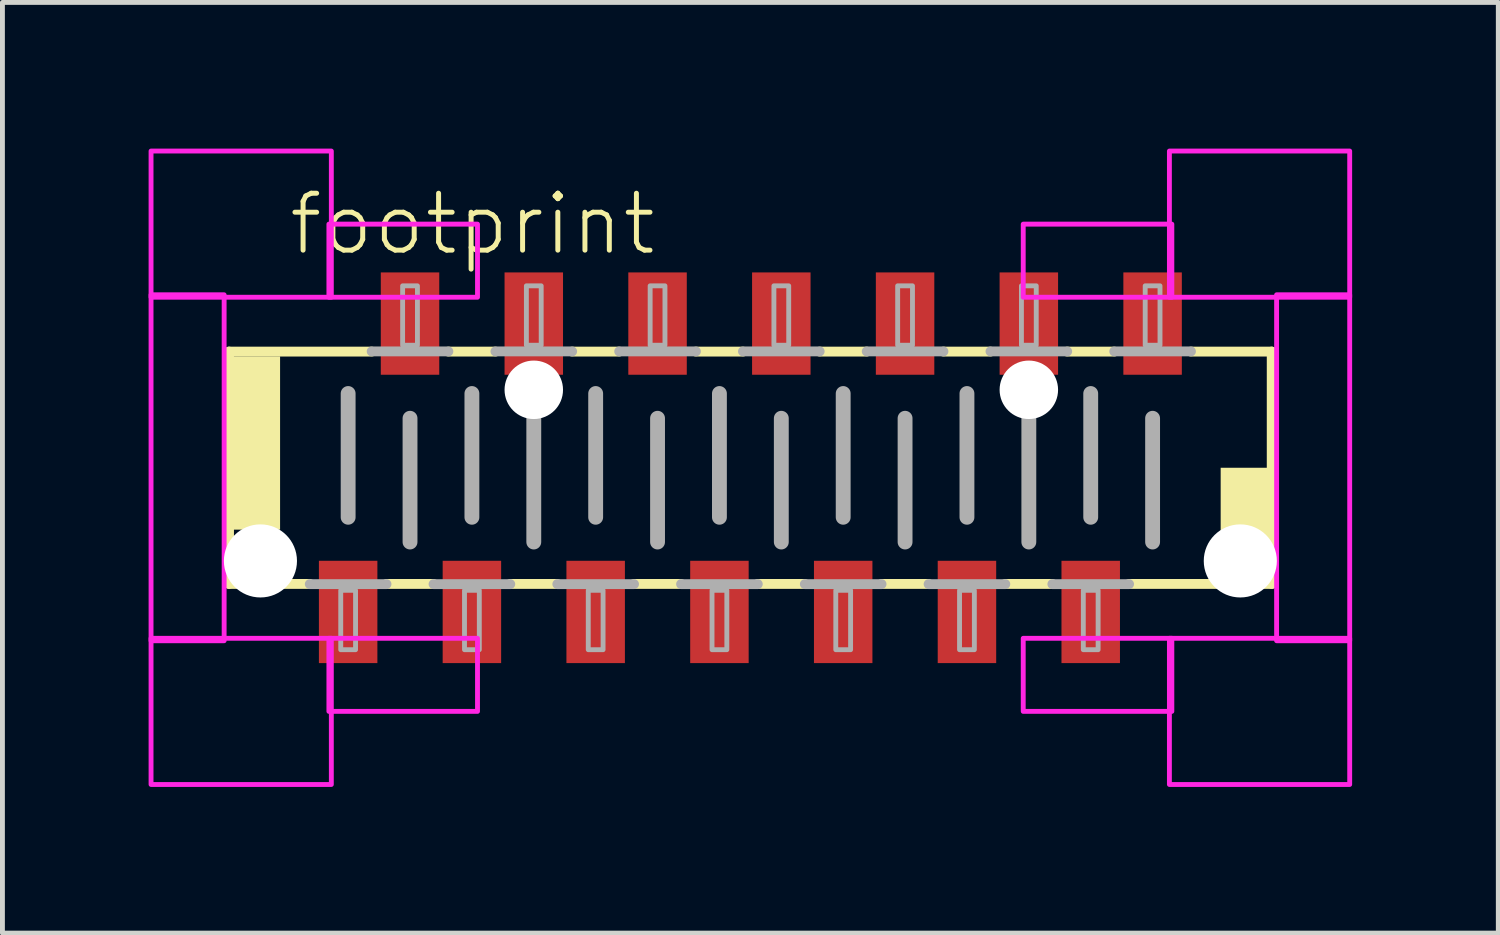
<source format=kicad_pcb>
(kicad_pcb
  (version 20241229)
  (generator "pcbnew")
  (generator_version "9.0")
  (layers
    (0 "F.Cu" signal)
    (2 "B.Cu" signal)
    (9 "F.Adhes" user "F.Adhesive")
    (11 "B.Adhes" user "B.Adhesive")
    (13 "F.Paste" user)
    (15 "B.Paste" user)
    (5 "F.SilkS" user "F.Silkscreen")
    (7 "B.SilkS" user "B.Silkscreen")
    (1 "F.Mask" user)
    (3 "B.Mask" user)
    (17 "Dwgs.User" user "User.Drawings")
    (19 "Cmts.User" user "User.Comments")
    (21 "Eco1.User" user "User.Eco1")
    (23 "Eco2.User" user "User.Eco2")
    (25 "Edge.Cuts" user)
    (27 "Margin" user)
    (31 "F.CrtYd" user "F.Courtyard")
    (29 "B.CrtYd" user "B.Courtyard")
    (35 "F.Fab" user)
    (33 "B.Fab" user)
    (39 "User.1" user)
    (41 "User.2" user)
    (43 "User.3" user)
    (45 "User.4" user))
  (footprint "footprint"
    (layer "F.Cu")
    (at 12.35 6.55)
    (property "Reference" "footprint" (at -9.525 -4.318 0) (layer "F.SilkS") (effects (font (size 1.168 1.168) (thickness 0.102)) (justify left bottom)))
    (fp_line (start -10.7 -2.384) (end -7.772 -2.384) (stroke (width 0.203) (type solid)) (layer "F.SilkS"))
    (fp_line (start -10.7 2.384) (end -10.7 -2.384) (stroke (width 0.203) (type solid)) (layer "F.SilkS"))
    (fp_line (start -9.042 2.384) (end -10.7 2.384) (stroke (width 0.203) (type solid)) (layer "F.SilkS"))
    (fp_line (start -6.502 2.384) (end -7.468 2.384) (stroke (width 0.203) (type solid)) (layer "F.SilkS"))
    (fp_line (start -6.198 -2.384) (end -5.232 -2.384) (stroke (width 0.203) (type solid)) (layer "F.SilkS"))
    (fp_line (start -3.962 2.384) (end -4.928 2.384) (stroke (width 0.203) (type solid)) (layer "F.SilkS"))
    (fp_line (start -3.658 -2.384) (end -2.692 -2.384) (stroke (width 0.203) (type solid)) (layer "F.SilkS"))
    (fp_line (start -1.422 2.384) (end -2.388 2.384) (stroke (width 0.203) (type solid)) (layer "F.SilkS"))
    (fp_line (start -1.118 -2.384) (end -0.152 -2.384) (stroke (width 0.203) (type solid)) (layer "F.SilkS"))
    (fp_line (start 1.118 2.384) (end 0.152 2.384) (stroke (width 0.203) (type solid)) (layer "F.SilkS"))
    (fp_line (start 1.422 -2.384) (end 2.388 -2.384) (stroke (width 0.203) (type solid)) (layer "F.SilkS"))
    (fp_line (start 3.658 2.384) (end 2.692 2.384) (stroke (width 0.203) (type solid)) (layer "F.SilkS"))
    (fp_line (start 3.962 -2.384) (end 4.928 -2.384) (stroke (width 0.203) (type solid)) (layer "F.SilkS"))
    (fp_line (start 6.198 2.384) (end 5.232 2.384) (stroke (width 0.203) (type solid)) (layer "F.SilkS"))
    (fp_line (start 6.502 -2.384) (end 7.468 -2.384) (stroke (width 0.203) (type solid)) (layer "F.SilkS"))
    (fp_line (start 9.042 -2.384) (end 10.7 -2.384) (stroke (width 0.203) (type solid)) (layer "F.SilkS"))
    (fp_line (start 10.7 -2.384) (end 10.7 2.384) (stroke (width 0.203) (type solid)) (layer "F.SilkS"))
    (fp_line (start 10.7 2.384) (end 7.772 2.384) (stroke (width 0.203) (type solid)) (layer "F.SilkS"))
    (fp_poly (pts (xy -10.668 1.27) (xy -9.652 1.27) (xy -9.652 -2.286) (xy -10.668 -2.286)) (stroke (width 0) (type solid)) (fill yes) (layer "F.SilkS"))
    (fp_poly (pts (xy 9.652 2.286) (xy 10.668 2.286) (xy 10.668 0) (xy 9.652 0)) (stroke (width 0) (type solid)) (fill yes) (layer "F.SilkS"))
    (fp_poly (pts (xy -12.3 -3.5) (xy -8.6 -3.5) (xy -8.6 -6.5) (xy -12.3 -6.5)) (stroke (width 0.1) (type solid)) (fill no) (layer "F.CrtYd"))
    (fp_poly (pts (xy -12.3 3.55) (xy -10.8 3.55) (xy -10.8 -3.55) (xy -12.3 -3.55)) (stroke (width 0.1) (type solid)) (fill no) (layer "F.CrtYd"))
    (fp_poly (pts (xy -12.3 6.5) (xy -8.6 6.5) (xy -8.6 3.5) (xy -12.3 3.5)) (stroke (width 0.1) (type solid)) (fill no) (layer "F.CrtYd"))
    (fp_poly (pts (xy -8.65 -3.5) (xy -5.6 -3.5) (xy -5.6 -5) (xy -8.65 -5)) (stroke (width 0.1) (type solid)) (fill no) (layer "F.CrtYd"))
    (fp_poly (pts (xy -8.65 5) (xy -5.6 5) (xy -5.6 3.5) (xy -8.65 3.5)) (stroke (width 0.1) (type solid)) (fill no) (layer "F.CrtYd"))
    (fp_poly (pts (xy 5.6 -3.5) (xy 8.65 -3.5) (xy 8.65 -5) (xy 5.6 -5)) (stroke (width 0.1) (type solid)) (fill no) (layer "F.CrtYd"))
    (fp_poly (pts (xy 5.6 5) (xy 8.65 5) (xy 8.65 3.5) (xy 5.6 3.5)) (stroke (width 0.1) (type solid)) (fill no) (layer "F.CrtYd"))
    (fp_poly (pts (xy 8.6 -3.5) (xy 12.3 -3.5) (xy 12.3 -6.5) (xy 8.6 -6.5)) (stroke (width 0.1) (type solid)) (fill no) (layer "F.CrtYd"))
    (fp_poly (pts (xy 8.6 6.5) (xy 12.3 6.5) (xy 12.3 3.5) (xy 8.6 3.5)) (stroke (width 0.1) (type solid)) (fill no) (layer "F.CrtYd"))
    (fp_poly (pts (xy 10.8 3.55) (xy 12.3 3.55) (xy 12.3 -3.55) (xy 10.8 -3.55)) (stroke (width 0.1) (type solid)) (fill no) (layer "F.CrtYd"))
    (fp_line (start -8.255 -1.524) (end -8.255 1.016) (stroke (width 0.305) (type solid)) (layer "F.Fab"))
    (fp_line (start -7.772 -2.388) (end -6.198 -2.388) (stroke (width 0.203) (type solid)) (layer "F.Fab"))
    (fp_line (start -7.468 2.388) (end -9.042 2.388) (stroke (width 0.203) (type solid)) (layer "F.Fab"))
    (fp_line (start -6.985 -1.016) (end -6.985 1.524) (stroke (width 0.305) (type solid)) (layer "F.Fab"))
    (fp_line (start -5.715 -1.524) (end -5.715 1.016) (stroke (width 0.305) (type solid)) (layer "F.Fab"))
    (fp_line (start -5.232 -2.388) (end -3.658 -2.388) (stroke (width 0.203) (type solid)) (layer "F.Fab"))
    (fp_line (start -4.928 2.388) (end -6.502 2.388) (stroke (width 0.203) (type solid)) (layer "F.Fab"))
    (fp_line (start -4.445 -1.016) (end -4.445 1.524) (stroke (width 0.305) (type solid)) (layer "F.Fab"))
    (fp_line (start -3.175 -1.524) (end -3.175 1.016) (stroke (width 0.305) (type solid)) (layer "F.Fab"))
    (fp_line (start -2.692 -2.388) (end -1.118 -2.388) (stroke (width 0.203) (type solid)) (layer "F.Fab"))
    (fp_line (start -2.388 2.388) (end -3.962 2.388) (stroke (width 0.203) (type solid)) (layer "F.Fab"))
    (fp_line (start -1.905 -1.016) (end -1.905 1.524) (stroke (width 0.305) (type solid)) (layer "F.Fab"))
    (fp_line (start -0.635 -1.524) (end -0.635 1.016) (stroke (width 0.305) (type solid)) (layer "F.Fab"))
    (fp_line (start -0.152 -2.388) (end 1.422 -2.388) (stroke (width 0.203) (type solid)) (layer "F.Fab"))
    (fp_line (start 0.152 2.388) (end -1.422 2.388) (stroke (width 0.203) (type solid)) (layer "F.Fab"))
    (fp_line (start 0.635 -1.016) (end 0.635 1.524) (stroke (width 0.305) (type solid)) (layer "F.Fab"))
    (fp_line (start 1.905 -1.524) (end 1.905 1.016) (stroke (width 0.305) (type solid)) (layer "F.Fab"))
    (fp_line (start 2.388 -2.388) (end 3.962 -2.388) (stroke (width 0.203) (type solid)) (layer "F.Fab"))
    (fp_line (start 2.692 2.388) (end 1.118 2.388) (stroke (width 0.203) (type solid)) (layer "F.Fab"))
    (fp_line (start 3.175 -1.016) (end 3.175 1.524) (stroke (width 0.305) (type solid)) (layer "F.Fab"))
    (fp_line (start 4.445 -1.524) (end 4.445 1.016) (stroke (width 0.305) (type solid)) (layer "F.Fab"))
    (fp_line (start 4.928 -2.388) (end 6.502 -2.388) (stroke (width 0.203) (type solid)) (layer "F.Fab"))
    (fp_line (start 5.232 2.388) (end 3.658 2.388) (stroke (width 0.203) (type solid)) (layer "F.Fab"))
    (fp_line (start 5.715 -1.016) (end 5.715 1.524) (stroke (width 0.305) (type solid)) (layer "F.Fab"))
    (fp_line (start 6.985 -1.524) (end 6.985 1.016) (stroke (width 0.305) (type solid)) (layer "F.Fab"))
    (fp_line (start 7.468 -2.388) (end 9.042 -2.388) (stroke (width 0.203) (type solid)) (layer "F.Fab"))
    (fp_line (start 7.772 2.388) (end 6.198 2.388) (stroke (width 0.203) (type solid)) (layer "F.Fab"))
    (fp_line (start 8.255 -1.016) (end 8.255 1.524) (stroke (width 0.305) (type solid)) (layer "F.Fab"))
    (fp_poly (pts (xy -8.407 3.734) (xy -8.103 3.734) (xy -8.103 2.515) (xy -8.407 2.515)) (stroke (width 0.1) (type solid)) (fill no) (layer "F.Fab"))
    (fp_poly (pts (xy -7.137 -2.515) (xy -6.833 -2.515) (xy -6.833 -3.734) (xy -7.137 -3.734)) (stroke (width 0.1) (type solid)) (fill no) (layer "F.Fab"))
    (fp_poly (pts (xy -5.867 3.734) (xy -5.563 3.734) (xy -5.563 2.515) (xy -5.867 2.515)) (stroke (width 0.1) (type solid)) (fill no) (layer "F.Fab"))
    (fp_poly (pts (xy -4.597 -2.515) (xy -4.293 -2.515) (xy -4.293 -3.734) (xy -4.597 -3.734)) (stroke (width 0.1) (type solid)) (fill no) (layer "F.Fab"))
    (fp_poly (pts (xy -3.327 3.734) (xy -3.023 3.734) (xy -3.023 2.515) (xy -3.327 2.515)) (stroke (width 0.1) (type solid)) (fill no) (layer "F.Fab"))
    (fp_poly (pts (xy -2.057 -2.515) (xy -1.753 -2.515) (xy -1.753 -3.734) (xy -2.057 -3.734)) (stroke (width 0.1) (type solid)) (fill no) (layer "F.Fab"))
    (fp_poly (pts (xy -0.787 3.734) (xy -0.483 3.734) (xy -0.483 2.515) (xy -0.787 2.515)) (stroke (width 0.1) (type solid)) (fill no) (layer "F.Fab"))
    (fp_poly (pts (xy 0.483 -2.515) (xy 0.787 -2.515) (xy 0.787 -3.734) (xy 0.483 -3.734)) (stroke (width 0.1) (type solid)) (fill no) (layer "F.Fab"))
    (fp_poly (pts (xy 1.753 3.734) (xy 2.057 3.734) (xy 2.057 2.515) (xy 1.753 2.515)) (stroke (width 0.1) (type solid)) (fill no) (layer "F.Fab"))
    (fp_poly (pts (xy 3.023 -2.515) (xy 3.327 -2.515) (xy 3.327 -3.734) (xy 3.023 -3.734)) (stroke (width 0.1) (type solid)) (fill no) (layer "F.Fab"))
    (fp_poly (pts (xy 4.293 3.734) (xy 4.597 3.734) (xy 4.597 2.515) (xy 4.293 2.515)) (stroke (width 0.1) (type solid)) (fill no) (layer "F.Fab"))
    (fp_poly (pts (xy 5.563 -2.515) (xy 5.867 -2.515) (xy 5.867 -3.734) (xy 5.563 -3.734)) (stroke (width 0.1) (type solid)) (fill no) (layer "F.Fab"))
    (fp_poly (pts (xy 6.833 3.734) (xy 7.137 3.734) (xy 7.137 2.515) (xy 6.833 2.515)) (stroke (width 0.1) (type solid)) (fill no) (layer "F.Fab"))
    (fp_poly (pts (xy 8.103 -2.515) (xy 8.407 -2.515) (xy 8.407 -3.734) (xy 8.103 -3.734)) (stroke (width 0.1) (type solid)) (fill no) (layer "F.Fab"))
    (pad "" np_thru_hole circle (at -10.055 1.912) (size 1.5 1.5) (drill 1.5) (layers "*.Cu" "*.Mask"))
    (pad "" np_thru_hole circle (at -4.445 -1.6) (size 1.2 1.2) (drill 1.2) (layers "*.Cu" "*.Mask"))
    (pad "" np_thru_hole circle (at 5.715 -1.6) (size 1.2 1.2) (drill 1.2) (layers "*.Cu" "*.Mask"))
    (pad "" np_thru_hole circle (at 10.055 1.912) (size 1.5 1.5) (drill 1.5) (layers "*.Cu" "*.Mask"))
    (pad "1" smd rect (at -8.255 2.959) (size 1.2 2.1) (layers "F.Cu" "F.Mask" "F.Paste"))
    (pad "2" smd rect (at -6.985 -2.959) (size 1.2 2.1) (layers "F.Cu" "F.Mask" "F.Paste"))
    (pad "3" smd rect (at -5.715 2.959) (size 1.2 2.1) (layers "F.Cu" "F.Mask" "F.Paste"))
    (pad "4" smd rect (at -4.445 -2.959) (size 1.2 2.1) (layers "F.Cu" "F.Mask" "F.Paste"))
    (pad "5" smd rect (at -3.175 2.959) (size 1.2 2.1) (layers "F.Cu" "F.Mask" "F.Paste"))
    (pad "6" smd rect (at -1.905 -2.959) (size 1.2 2.1) (layers "F.Cu" "F.Mask" "F.Paste"))
    (pad "7" smd rect (at -0.635 2.959) (size 1.2 2.1) (layers "F.Cu" "F.Mask" "F.Paste"))
    (pad "8" smd rect (at 0.635 -2.959) (size 1.2 2.1) (layers "F.Cu" "F.Mask" "F.Paste"))
    (pad "9" smd rect (at 1.905 2.959) (size 1.2 2.1) (layers "F.Cu" "F.Mask" "F.Paste"))
    (pad "10" smd rect (at 3.175 -2.959) (size 1.2 2.1) (layers "F.Cu" "F.Mask" "F.Paste"))
    (pad "11" smd rect (at 4.445 2.959) (size 1.2 2.1) (layers "F.Cu" "F.Mask" "F.Paste"))
    (pad "12" smd rect (at 5.715 -2.959) (size 1.2 2.1) (layers "F.Cu" "F.Mask" "F.Paste"))
    (pad "13" smd rect (at 6.985 2.959) (size 1.2 2.1) (layers "F.Cu" "F.Mask" "F.Paste"))
    (pad "14" smd rect (at 8.255 -2.959) (size 1.2 2.1) (layers "F.Cu" "F.Mask" "F.Paste")))
  (gr_rect
    (start -3 -3)
    (end 27.7 16.1)
    (stroke (width 0.1) (type default))
    (fill no)
    (layer "Edge.Cuts")))
</source>
